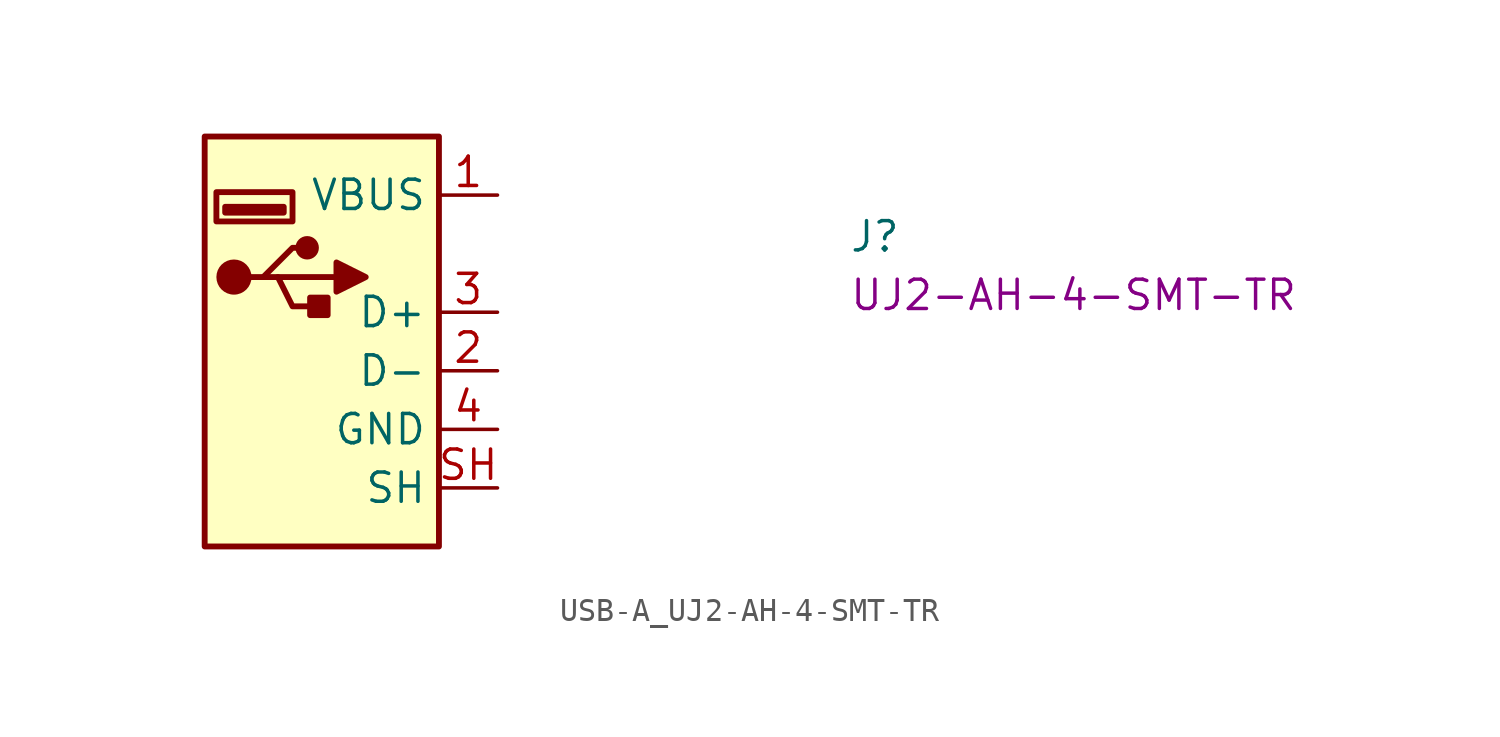
<source format=kicad_sym>
(kicad_symbol_lib
  (version 20220914)
  (generator kicad_symbol_editor)
  (symbol "USB-A_UJ2-AH-4-SMT-TR"
    (property "Reference" "J"
      (at 15.24 -2.54 0)
      (effects (font (size 1.27 1.27) (thickness 0.15)) (justify left bottom)))
    (property "MPN" "UJ2-AH-4-SMT-TR"
      (at 15.24 -5.08 0)
      (effects (font (size 1.27 1.27) (thickness 0.15)) (justify left bottom)))
    (symbol "USB-A_UJ2-AH-4-SMT-TR_1_1"
      (rectangle (start -12.7 2.54) (end -2.54 -15.24) (stroke (width 0.254) (type default)) (fill (type background)))
      (rectangle (start -11.811 -0.508) (end -9.271 -0.762) (stroke (width 0.254) (type default)) (fill (type background)))
      (circle (center -11.43 -3.556) (radius 0.635) (stroke (width 0.254) (type default)) (fill (type outline)))
      (rectangle (start -8.89 -1.143) (end -12.192 0.127) (stroke (width 0.254) (type default)) (fill (type background)))
      (circle (center -8.255 -2.286) (radius 0.381) (stroke (width 0.254) (type default)) (fill (type outline)))
      (rectangle (start -8.128 -4.445) (end -7.366 -5.207) (stroke (width 0.254) (type default)) (fill (type outline)))
      (polyline (pts (xy -9.525 -3.556) (xy -6.985 -3.556)) (stroke (width 0.254) (type default)) (fill (type background)))
      (polyline (pts (xy -10.795 -3.556) (xy -10.16 -3.556) (xy -8.89 -2.286) (xy -8.255 -2.286)) (stroke (width 0.254) (type default)) (fill (type background)))
      (polyline (pts (xy -10.16 -3.556) (xy -9.525 -3.556) (xy -8.89 -4.826) (xy -7.62 -4.826)) (stroke (width 0.254) (type default)) (fill (type background)))
      (polyline (pts (xy -6.985 -2.921) (xy -6.985 -4.191) (xy -5.715 -3.556) (xy -6.985 -2.921)) (stroke (width 0.254) (type default)) (fill (type outline)))
      (pin passive line (at 0 0 180) (length 2.54) (name "VBUS" (effects (font (size 1.27 1.27)))) (number "1" (effects (font (size 1.27 1.27)))))
      (pin bidirectional line (at 0 -7.62 180) (length 2.54) (name "D-" (effects (font (size 1.27 1.27)))) (number "2" (effects (font (size 1.27 1.27)))))
      (pin bidirectional line (at 0 -5.08 180) (length 2.54) (name "D+" (effects (font (size 1.27 1.27)))) (number "3" (effects (font (size 1.27 1.27)))))
      (pin power_in line (at 0 -10.16 180) (length 2.54) (name "GND" (effects (font (size 1.27 1.27)))) (number "4" (effects (font (size 1.27 1.27)))))
      (pin passive line (at 0 -12.7 180) (length 2.54) (name "SH" (effects (font (size 1.27 1.27)))) (number "SH" (effects (font (size 1.27 1.27))))))))
</source>
